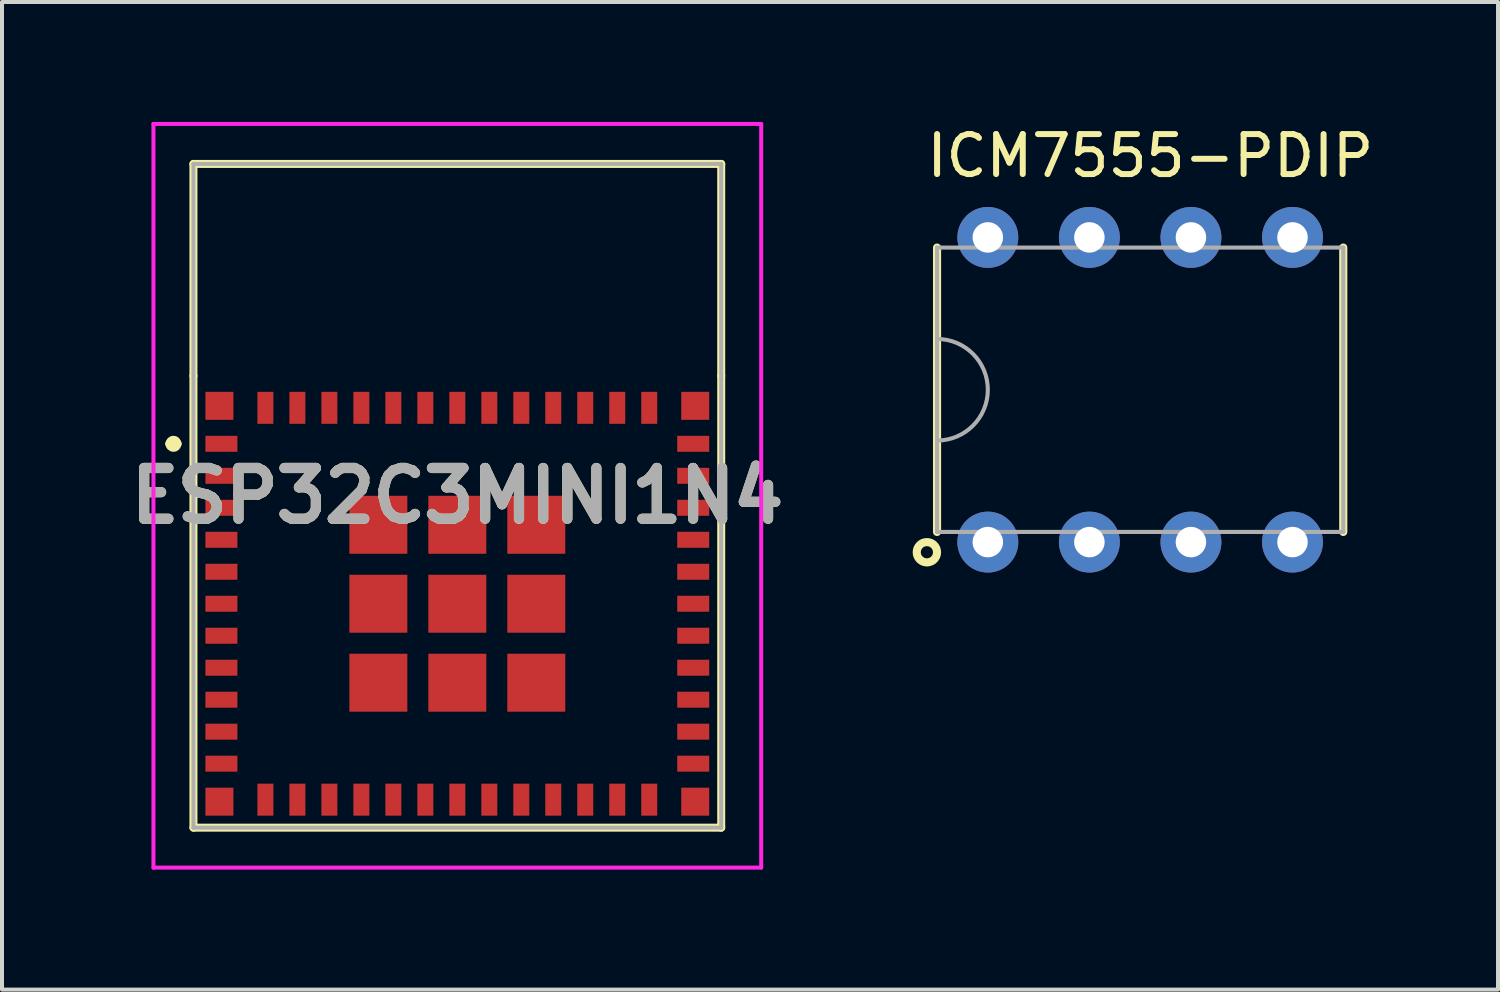
<source format=kicad_pcb>
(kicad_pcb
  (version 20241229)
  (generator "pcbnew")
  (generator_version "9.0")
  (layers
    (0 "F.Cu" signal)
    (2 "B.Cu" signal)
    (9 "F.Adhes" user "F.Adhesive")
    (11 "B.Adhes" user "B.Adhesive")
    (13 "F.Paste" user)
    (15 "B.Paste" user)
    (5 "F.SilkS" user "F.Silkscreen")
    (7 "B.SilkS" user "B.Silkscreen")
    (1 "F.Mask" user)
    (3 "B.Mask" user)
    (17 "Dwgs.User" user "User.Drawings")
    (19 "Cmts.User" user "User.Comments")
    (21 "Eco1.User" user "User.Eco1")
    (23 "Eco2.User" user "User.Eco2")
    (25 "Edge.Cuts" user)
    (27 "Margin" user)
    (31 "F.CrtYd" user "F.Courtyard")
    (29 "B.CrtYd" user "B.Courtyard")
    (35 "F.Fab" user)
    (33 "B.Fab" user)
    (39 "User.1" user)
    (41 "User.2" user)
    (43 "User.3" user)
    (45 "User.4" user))
  (footprint "ESP32C3MINI1N4"
    (layer "F.Cu")
    (at 8.388 12.05)
    (property "Reference" "ESP32C3MINI1N4" (at 0 -2.7 0) (layer "F.SilkS") (effects (font (size 1.27 1.27) (thickness 0.254))))
    (attr smd)
    (fp_line (start -7.2 -4) (end -7.2 -4) (stroke (width 0.2) (type solid)) (layer "F.SilkS"))
    (fp_line (start -7 -4) (end -7 -4) (stroke (width 0.2) (type solid)) (layer "F.SilkS"))
    (fp_line (start -6.6 -11) (end 6.6 -11) (stroke (width 0.2) (type solid)) (layer "F.SilkS"))
    (fp_line (start -6.6 -5.7) (end -6.6 -11) (stroke (width 0.2) (type solid)) (layer "F.SilkS"))
    (fp_line (start -6.6 -5.7) (end -6.6 5.6) (stroke (width 0.2) (type solid)) (layer "F.SilkS"))
    (fp_line (start -6.6 5.6) (end 6.6 5.6) (stroke (width 0.2) (type solid)) (layer "F.SilkS"))
    (fp_line (start 6.6 -11) (end 6.6 -5.7) (stroke (width 0.2) (type solid)) (layer "F.SilkS"))
    (fp_line (start 6.6 5.6) (end 6.6 -5.7) (stroke (width 0.2) (type solid)) (layer "F.SilkS"))
    (fp_arc (start -7.2 -4) (mid -7.1 -4.1) (end -7 -4) (stroke (width 0.2) (type solid)) (layer "F.SilkS"))
    (fp_arc (start -7 -4) (mid -7.1 -3.9) (end -7.2 -4) (stroke (width 0.2) (type solid)) (layer "F.SilkS"))
    (fp_line (start -7.6 -12) (end 7.6 -12) (stroke (width 0.1) (type solid)) (layer "F.CrtYd"))
    (fp_line (start -7.6 6.6) (end -7.6 -12) (stroke (width 0.1) (type solid)) (layer "F.CrtYd"))
    (fp_line (start 7.6 -12) (end 7.6 6.6) (stroke (width 0.1) (type solid)) (layer "F.CrtYd"))
    (fp_line (start 7.6 6.6) (end -7.6 6.6) (stroke (width 0.1) (type solid)) (layer "F.CrtYd"))
    (fp_line (start -6.6 -11) (end 6.6 -11) (stroke (width 0.1) (type solid)) (layer "F.Fab"))
    (fp_line (start -6.6 5.6) (end -6.6 -11) (stroke (width 0.1) (type solid)) (layer "F.Fab"))
    (fp_line (start 6.6 -11) (end 6.6 5.6) (stroke (width 0.1) (type solid)) (layer "F.Fab"))
    (fp_line (start 6.6 5.6) (end -6.6 5.6) (stroke (width 0.1) (type solid)) (layer "F.Fab"))
    (fp_text user "${REFERENCE}" (at 0 -2.7 0) (layer "F.Fab") (effects (font (size 1.27 1.27) (thickness 0.254))))
    (pad "1" smd rect (at -5.9 -4 90) (size 0.4 0.8) (layers "F.Cu" "F.Mask" "F.Paste"))
    (pad "2" smd rect (at -5.9 -3.2 90) (size 0.4 0.8) (layers "F.Cu" "F.Mask" "F.Paste"))
    (pad "3" smd rect (at -5.9 -2.4 90) (size 0.4 0.8) (layers "F.Cu" "F.Mask" "F.Paste"))
    (pad "4" smd rect (at -5.9 -1.6 90) (size 0.4 0.8) (layers "F.Cu" "F.Mask" "F.Paste"))
    (pad "5" smd rect (at -5.9 -0.8 90) (size 0.4 0.8) (layers "F.Cu" "F.Mask" "F.Paste"))
    (pad "6" smd rect (at -5.9 0 90) (size 0.4 0.8) (layers "F.Cu" "F.Mask" "F.Paste"))
    (pad "7" smd rect (at -5.9 0.8 90) (size 0.4 0.8) (layers "F.Cu" "F.Mask" "F.Paste"))
    (pad "8" smd rect (at -5.9 1.6 90) (size 0.4 0.8) (layers "F.Cu" "F.Mask" "F.Paste"))
    (pad "9" smd rect (at -5.9 2.4 90) (size 0.4 0.8) (layers "F.Cu" "F.Mask" "F.Paste"))
    (pad "10" smd rect (at -5.9 3.2 90) (size 0.4 0.8) (layers "F.Cu" "F.Mask" "F.Paste"))
    (pad "11" smd rect (at -5.9 4 90) (size 0.4 0.8) (layers "F.Cu" "F.Mask" "F.Paste"))
    (pad "12" smd rect (at -4.8 4.9) (size 0.4 0.8) (layers "F.Cu" "F.Mask" "F.Paste"))
    (pad "13" smd rect (at -4 4.9) (size 0.4 0.8) (layers "F.Cu" "F.Mask" "F.Paste"))
    (pad "14" smd rect (at -3.2 4.9) (size 0.4 0.8) (layers "F.Cu" "F.Mask" "F.Paste"))
    (pad "15" smd rect (at -2.4 4.9) (size 0.4 0.8) (layers "F.Cu" "F.Mask" "F.Paste"))
    (pad "16" smd rect (at -1.6 4.9) (size 0.4 0.8) (layers "F.Cu" "F.Mask" "F.Paste"))
    (pad "17" smd rect (at -0.8 4.9) (size 0.4 0.8) (layers "F.Cu" "F.Mask" "F.Paste"))
    (pad "18" smd rect (at 0 4.9) (size 0.4 0.8) (layers "F.Cu" "F.Mask" "F.Paste"))
    (pad "19" smd rect (at 0.8 4.9) (size 0.4 0.8) (layers "F.Cu" "F.Mask" "F.Paste"))
    (pad "20" smd rect (at 1.6 4.9) (size 0.4 0.8) (layers "F.Cu" "F.Mask" "F.Paste"))
    (pad "21" smd rect (at 2.4 4.9) (size 0.4 0.8) (layers "F.Cu" "F.Mask" "F.Paste"))
    (pad "22" smd rect (at 3.2 4.9) (size 0.4 0.8) (layers "F.Cu" "F.Mask" "F.Paste"))
    (pad "23" smd rect (at 4 4.9) (size 0.4 0.8) (layers "F.Cu" "F.Mask" "F.Paste"))
    (pad "24" smd rect (at 4.8 4.9) (size 0.4 0.8) (layers "F.Cu" "F.Mask" "F.Paste"))
    (pad "25" smd rect (at 5.9 4 90) (size 0.4 0.8) (layers "F.Cu" "F.Mask" "F.Paste"))
    (pad "26" smd rect (at 5.9 3.2 90) (size 0.4 0.8) (layers "F.Cu" "F.Mask" "F.Paste"))
    (pad "27" smd rect (at 5.9 2.4 90) (size 0.4 0.8) (layers "F.Cu" "F.Mask" "F.Paste"))
    (pad "28" smd rect (at 5.9 1.6 90) (size 0.4 0.8) (layers "F.Cu" "F.Mask" "F.Paste"))
    (pad "29" smd rect (at 5.9 0.8 90) (size 0.4 0.8) (layers "F.Cu" "F.Mask" "F.Paste"))
    (pad "30" smd rect (at 5.9 0 90) (size 0.4 0.8) (layers "F.Cu" "F.Mask" "F.Paste"))
    (pad "31" smd rect (at 5.9 -0.8 90) (size 0.4 0.8) (layers "F.Cu" "F.Mask" "F.Paste"))
    (pad "32" smd rect (at 5.9 -1.6 90) (size 0.4 0.8) (layers "F.Cu" "F.Mask" "F.Paste"))
    (pad "33" smd rect (at 5.9 -2.4 90) (size 0.4 0.8) (layers "F.Cu" "F.Mask" "F.Paste"))
    (pad "34" smd rect (at 5.9 -3.2 90) (size 0.4 0.8) (layers "F.Cu" "F.Mask" "F.Paste"))
    (pad "35" smd rect (at 5.9 -4 90) (size 0.4 0.8) (layers "F.Cu" "F.Mask" "F.Paste"))
    (pad "36" smd rect (at 4.8 -4.9) (size 0.4 0.8) (layers "F.Cu" "F.Mask" "F.Paste"))
    (pad "37" smd rect (at 4 -4.9) (size 0.4 0.8) (layers "F.Cu" "F.Mask" "F.Paste"))
    (pad "38" smd rect (at 3.2 -4.9) (size 0.4 0.8) (layers "F.Cu" "F.Mask" "F.Paste"))
    (pad "39" smd rect (at 2.4 -4.9) (size 0.4 0.8) (layers "F.Cu" "F.Mask" "F.Paste"))
    (pad "40" smd rect (at 1.6 -4.9) (size 0.4 0.8) (layers "F.Cu" "F.Mask" "F.Paste"))
    (pad "41" smd rect (at 0.8 -4.9) (size 0.4 0.8) (layers "F.Cu" "F.Mask" "F.Paste"))
    (pad "42" smd rect (at 0 -4.9) (size 0.4 0.8) (layers "F.Cu" "F.Mask" "F.Paste"))
    (pad "43" smd rect (at -0.8 -4.9) (size 0.4 0.8) (layers "F.Cu" "F.Mask" "F.Paste"))
    (pad "44" smd rect (at -1.6 -4.9) (size 0.4 0.8) (layers "F.Cu" "F.Mask" "F.Paste"))
    (pad "45" smd rect (at -2.4 -4.9) (size 0.4 0.8) (layers "F.Cu" "F.Mask" "F.Paste"))
    (pad "46" smd rect (at -3.2 -4.9) (size 0.4 0.8) (layers "F.Cu" "F.Mask" "F.Paste"))
    (pad "47" smd rect (at -4 -4.9) (size 0.4 0.8) (layers "F.Cu" "F.Mask" "F.Paste"))
    (pad "48" smd rect (at -4.8 -4.9) (size 0.4 0.8) (layers "F.Cu" "F.Mask" "F.Paste"))
    (pad "49" smd rect (at 0 0) (size 1.45 1.45) (layers "F.Cu" "F.Mask" "F.Paste"))
    (pad "50" smd rect (at 1.975 -1.975) (size 1.45 1.45) (layers "F.Cu" "F.Mask" "F.Paste"))
    (pad "51" smd rect (at 0 -1.975) (size 1.45 1.45) (layers "F.Cu" "F.Mask" "F.Paste"))
    (pad "52" smd rect (at -1.975 -1.975) (size 1.45 1.45) (layers "F.Cu" "F.Mask" "F.Paste"))
    (pad "53" smd rect (at -1.975 0) (size 1.45 1.45) (layers "F.Cu" "F.Mask" "F.Paste"))
    (pad "54" smd rect (at -1.975 1.975) (size 1.45 1.45) (layers "F.Cu" "F.Mask" "F.Paste"))
    (pad "55" smd rect (at 0 1.975) (size 1.45 1.45) (layers "F.Cu" "F.Mask" "F.Paste"))
    (pad "56" smd rect (at 1.975 1.975) (size 1.45 1.45) (layers "F.Cu" "F.Mask" "F.Paste"))
    (pad "57" smd rect (at 1.975 0) (size 1.45 1.45) (layers "F.Cu" "F.Mask" "F.Paste"))
    (pad "58" smd rect (at -5.95 -4.95) (size 0.7 0.7) (layers "F.Cu" "F.Mask" "F.Paste"))
    (pad "59" smd rect (at -5.95 4.95) (size 0.7 0.7) (layers "F.Cu" "F.Mask" "F.Paste"))
    (pad "60" smd rect (at 5.95 4.95) (size 0.7 0.7) (layers "F.Cu" "F.Mask" "F.Paste"))
    (pad "61" smd rect (at 5.95 -4.95) (size 0.7 0.7) (layers "F.Cu" "F.Mask" "F.Paste")))
  (footprint "ICM7555-PDIP"
    (layer "F.Cu")
    (at 25.466 6.698)
    (property "Reference" "ICM7555-PDIP" (at 0.254 -5.85 0) (layer "F.SilkS") (effects (font (size 1 1) (thickness 0.15))))
    (attr through_hole)
    (fp_line (start -5.08 3.556) (end -5.08 -3.556) (stroke (width 0.203) (type solid)) (layer "F.SilkS"))
    (fp_line (start 5.08 3.556) (end 5.08 -3.556) (stroke (width 0.203) (type solid)) (layer "F.SilkS"))
    (fp_circle (center -5.334 4.064) (end -5.08 4.064) (stroke (width 0.203) (type solid)) (fill no) (layer "F.SilkS"))
    (fp_line (start -5.08 3.556) (end -5.08 -3.556) (stroke (width 0.102) (type solid)) (layer "F.Fab"))
    (fp_line (start 5.08 -3.556) (end -5.08 -3.556) (stroke (width 0.102) (type solid)) (layer "F.Fab"))
    (fp_line (start 5.08 3.556) (end -5.08 3.556) (stroke (width 0.102) (type solid)) (layer "F.Fab"))
    (fp_line (start 5.08 3.556) (end 5.08 -3.556) (stroke (width 0.102) (type solid)) (layer "F.Fab"))
    (fp_arc (start -5.08 -1.27) (mid -3.81 0) (end -5.08 1.27) (stroke (width 0.1016) (type solid)) (layer "F.Fab"))
    (pad "1" thru_hole circle (at -3.81 3.81) (size 1.524 1.524) (drill 0.762) (layers "*.Cu" "*.Mask"))
    (pad "2" thru_hole circle (at -1.27 3.81) (size 1.524 1.524) (drill 0.762) (layers "*.Cu" "*.Mask"))
    (pad "3" thru_hole circle (at 1.27 3.81) (size 1.524 1.524) (drill 0.762) (layers "*.Cu" "*.Mask"))
    (pad "4" thru_hole circle (at -3.81 -3.81) (size 1.524 1.524) (drill 0.762) (layers "*.Cu" "*.Mask"))
    (pad "4" thru_hole circle (at 3.81 3.81) (size 1.524 1.524) (drill 0.762) (layers "*.Cu" "*.Mask"))
    (pad "5" thru_hole circle (at 3.81 -3.81) (size 1.524 1.524) (drill 0.762) (layers "*.Cu" "*.Mask"))
    (pad "6" thru_hole circle (at 1.27 -3.81) (size 1.524 1.524) (drill 0.762) (layers "*.Cu" "*.Mask"))
    (pad "7" thru_hole circle (at -1.27 -3.81) (size 1.524 1.524) (drill 0.762) (layers "*.Cu" "*.Mask")))
  (gr_rect
    (start -3 -3)
    (end 34.416 21.7)
    (stroke (width 0.1) (type default))
    (fill no)
    (layer "Edge.Cuts")))
</source>
